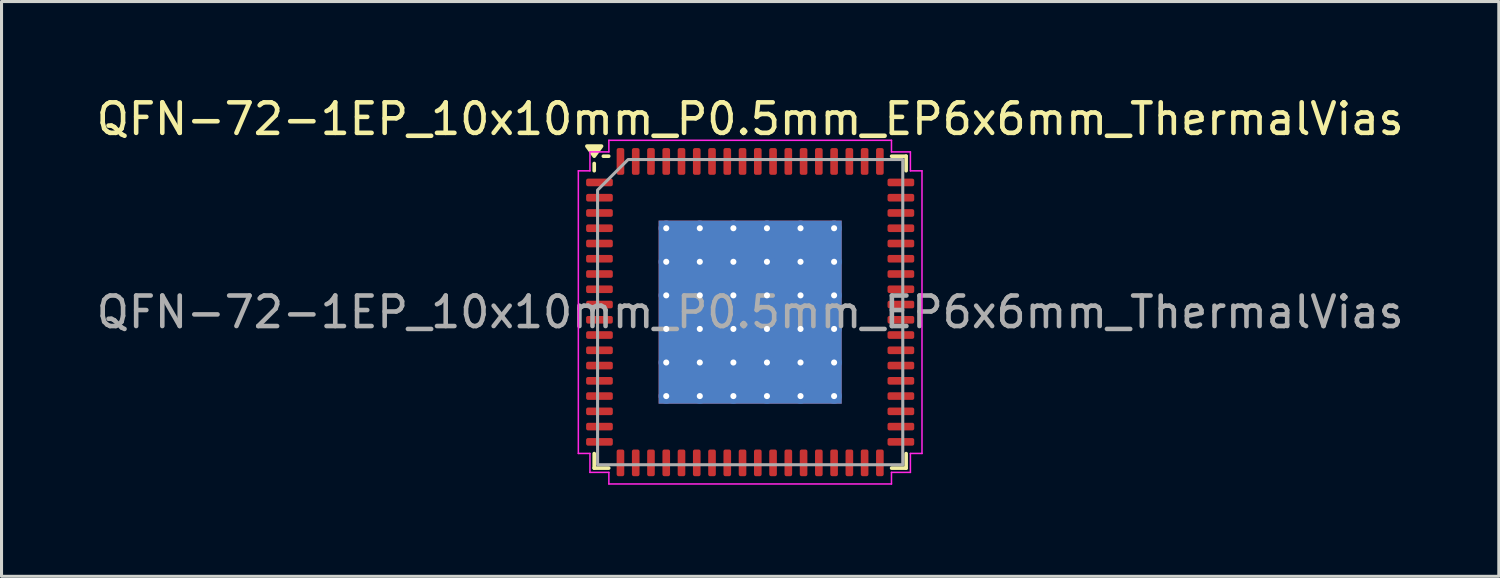
<source format=kicad_pcb>
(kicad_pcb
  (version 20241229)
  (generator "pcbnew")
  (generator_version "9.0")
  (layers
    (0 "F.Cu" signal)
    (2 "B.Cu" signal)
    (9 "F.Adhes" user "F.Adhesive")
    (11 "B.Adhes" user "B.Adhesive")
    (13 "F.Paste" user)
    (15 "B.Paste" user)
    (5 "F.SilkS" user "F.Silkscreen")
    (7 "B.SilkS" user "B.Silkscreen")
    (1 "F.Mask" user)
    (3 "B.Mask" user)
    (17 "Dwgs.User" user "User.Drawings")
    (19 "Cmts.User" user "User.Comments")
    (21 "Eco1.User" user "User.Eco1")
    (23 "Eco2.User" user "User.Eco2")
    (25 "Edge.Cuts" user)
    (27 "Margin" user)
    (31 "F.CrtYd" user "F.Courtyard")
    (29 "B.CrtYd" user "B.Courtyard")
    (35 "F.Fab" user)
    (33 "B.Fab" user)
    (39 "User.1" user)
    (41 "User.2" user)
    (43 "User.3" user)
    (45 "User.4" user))
  (footprint "QFN-72-1EP_10x10mm_P0.5mm_EP6x6mm_ThermalVias"
    (layer "F.Cu")
    (at 21.53 7.178)
    (property "Reference" "QFN-72-1EP_10x10mm_P0.5mm_EP6x6mm_ThermalVias" (at 0 -6.33 0) (layer "F.SilkS") (effects (font (size 1 1) (thickness 0.15))))
    (attr smd)
    (fp_line (start -5.11 -4.635) (end -5.11 -4.87) (stroke (width 0.12) (type solid)) (layer "F.SilkS"))
    (fp_line (start -5.11 5.11) (end -5.11 4.635) (stroke (width 0.12) (type solid)) (layer "F.SilkS"))
    (fp_line (start -4.635 -5.11) (end -4.81 -5.11) (stroke (width 0.12) (type solid)) (layer "F.SilkS"))
    (fp_line (start -4.635 5.11) (end -5.11 5.11) (stroke (width 0.12) (type solid)) (layer "F.SilkS"))
    (fp_line (start 4.635 -5.11) (end 5.11 -5.11) (stroke (width 0.12) (type solid)) (layer "F.SilkS"))
    (fp_line (start 4.635 5.11) (end 5.11 5.11) (stroke (width 0.12) (type solid)) (layer "F.SilkS"))
    (fp_line (start 5.11 -5.11) (end 5.11 -4.635) (stroke (width 0.12) (type solid)) (layer "F.SilkS"))
    (fp_line (start 5.11 5.11) (end 5.11 4.635) (stroke (width 0.12) (type solid)) (layer "F.SilkS"))
    (fp_poly (pts (xy -5.11 -5.11) (xy -5.35 -5.44) (xy -4.87 -5.44)) (stroke (width 0.12) (type solid)) (fill yes) (layer "F.SilkS"))
    (fp_line (start -5.63 -4.63) (end -5.25 -4.63) (stroke (width 0.05) (type solid)) (layer "F.CrtYd"))
    (fp_line (start -5.63 4.63) (end -5.63 -4.63) (stroke (width 0.05) (type solid)) (layer "F.CrtYd"))
    (fp_line (start -5.25 -5.25) (end -4.63 -5.25) (stroke (width 0.05) (type solid)) (layer "F.CrtYd"))
    (fp_line (start -5.25 -4.63) (end -5.25 -5.25) (stroke (width 0.05) (type solid)) (layer "F.CrtYd"))
    (fp_line (start -5.25 4.63) (end -5.63 4.63) (stroke (width 0.05) (type solid)) (layer "F.CrtYd"))
    (fp_line (start -5.25 5.25) (end -5.25 4.63) (stroke (width 0.05) (type solid)) (layer "F.CrtYd"))
    (fp_line (start -4.63 -5.63) (end 4.63 -5.63) (stroke (width 0.05) (type solid)) (layer "F.CrtYd"))
    (fp_line (start -4.63 -5.25) (end -4.63 -5.63) (stroke (width 0.05) (type solid)) (layer "F.CrtYd"))
    (fp_line (start -4.63 5.25) (end -5.25 5.25) (stroke (width 0.05) (type solid)) (layer "F.CrtYd"))
    (fp_line (start -4.63 5.63) (end -4.63 5.25) (stroke (width 0.05) (type solid)) (layer "F.CrtYd"))
    (fp_line (start 4.63 -5.63) (end 4.63 -5.25) (stroke (width 0.05) (type solid)) (layer "F.CrtYd"))
    (fp_line (start 4.63 -5.25) (end 5.25 -5.25) (stroke (width 0.05) (type solid)) (layer "F.CrtYd"))
    (fp_line (start 4.63 5.25) (end 4.63 5.63) (stroke (width 0.05) (type solid)) (layer "F.CrtYd"))
    (fp_line (start 4.63 5.63) (end -4.63 5.63) (stroke (width 0.05) (type solid)) (layer "F.CrtYd"))
    (fp_line (start 5.25 -5.25) (end 5.25 -4.63) (stroke (width 0.05) (type solid)) (layer "F.CrtYd"))
    (fp_line (start 5.25 -4.63) (end 5.63 -4.63) (stroke (width 0.05) (type solid)) (layer "F.CrtYd"))
    (fp_line (start 5.25 4.63) (end 5.25 5.25) (stroke (width 0.05) (type solid)) (layer "F.CrtYd"))
    (fp_line (start 5.25 5.25) (end 4.63 5.25) (stroke (width 0.05) (type solid)) (layer "F.CrtYd"))
    (fp_line (start 5.63 -4.63) (end 5.63 4.63) (stroke (width 0.05) (type solid)) (layer "F.CrtYd"))
    (fp_line (start 5.63 4.63) (end 5.25 4.63) (stroke (width 0.05) (type solid)) (layer "F.CrtYd"))
    (fp_poly (pts (xy -5 -4) (xy -5 5) (xy 5 5) (xy 5 -5) (xy -4 -5)) (stroke (width 0.1) (type solid)) (fill no) (layer "F.Fab"))
    (fp_text user "${REFERENCE}" (at 0 0 0) (layer "F.Fab") (effects (font (size 1 1) (thickness 0.15))))
    (pad "" smd roundrect (at -2.4 -2.4) (size 0.93 0.93) (layers "F.Paste") (roundrect_rratio 0.25))
    (pad "" smd roundrect (at -2.4 -1.2) (size 0.93 0.93) (layers "F.Paste") (roundrect_rratio 0.25))
    (pad "" smd roundrect (at -2.4 0) (size 0.93 0.93) (layers "F.Paste") (roundrect_rratio 0.25))
    (pad "" smd roundrect (at -2.4 1.2) (size 0.93 0.93) (layers "F.Paste") (roundrect_rratio 0.25))
    (pad "" smd roundrect (at -2.4 2.4) (size 0.93 0.93) (layers "F.Paste") (roundrect_rratio 0.25))
    (pad "" smd roundrect (at -1.2 -2.4) (size 0.93 0.93) (layers "F.Paste") (roundrect_rratio 0.25))
    (pad "" smd roundrect (at -1.2 -1.2) (size 0.93 0.93) (layers "F.Paste") (roundrect_rratio 0.25))
    (pad "" smd roundrect (at -1.2 0) (size 0.93 0.93) (layers "F.Paste") (roundrect_rratio 0.25))
    (pad "" smd roundrect (at -1.2 1.2) (size 0.93 0.93) (layers "F.Paste") (roundrect_rratio 0.25))
    (pad "" smd roundrect (at -1.2 2.4) (size 0.93 0.93) (layers "F.Paste") (roundrect_rratio 0.25))
    (pad "" smd roundrect (at 0 -2.4) (size 0.93 0.93) (layers "F.Paste") (roundrect_rratio 0.25))
    (pad "" smd roundrect (at 0 -1.2) (size 0.93 0.93) (layers "F.Paste") (roundrect_rratio 0.25))
    (pad "" smd roundrect (at 0 0) (size 0.93 0.93) (layers "F.Paste") (roundrect_rratio 0.25))
    (pad "" smd roundrect (at 0 1.2) (size 0.93 0.93) (layers "F.Paste") (roundrect_rratio 0.25))
    (pad "" smd roundrect (at 0 2.4) (size 0.93 0.93) (layers "F.Paste") (roundrect_rratio 0.25))
    (pad "" smd roundrect (at 1.2 -2.4) (size 0.93 0.93) (layers "F.Paste") (roundrect_rratio 0.25))
    (pad "" smd roundrect (at 1.2 -1.2) (size 0.93 0.93) (layers "F.Paste") (roundrect_rratio 0.25))
    (pad "" smd roundrect (at 1.2 0) (size 0.93 0.93) (layers "F.Paste") (roundrect_rratio 0.25))
    (pad "" smd roundrect (at 1.2 1.2) (size 0.93 0.93) (layers "F.Paste") (roundrect_rratio 0.25))
    (pad "" smd roundrect (at 1.2 2.4) (size 0.93 0.93) (layers "F.Paste") (roundrect_rratio 0.25))
    (pad "" smd roundrect (at 2.4 -2.4) (size 0.93 0.93) (layers "F.Paste") (roundrect_rratio 0.25))
    (pad "" smd roundrect (at 2.4 -1.2) (size 0.93 0.93) (layers "F.Paste") (roundrect_rratio 0.25))
    (pad "" smd roundrect (at 2.4 0) (size 0.93 0.93) (layers "F.Paste") (roundrect_rratio 0.25))
    (pad "" smd roundrect (at 2.4 1.2) (size 0.93 0.93) (layers "F.Paste") (roundrect_rratio 0.25))
    (pad "" smd roundrect (at 2.4 2.4) (size 0.93 0.93) (layers "F.Paste") (roundrect_rratio 0.25))
    (pad "1" smd roundrect (at -4.938 -4.25) (size 0.875 0.25) (layers "F.Cu" "F.Mask" "F.Paste") (roundrect_rratio 0.25))
    (pad "2" smd roundrect (at -4.938 -3.75) (size 0.875 0.25) (layers "F.Cu" "F.Mask" "F.Paste") (roundrect_rratio 0.25))
    (pad "3" smd roundrect (at -4.938 -3.25) (size 0.875 0.25) (layers "F.Cu" "F.Mask" "F.Paste") (roundrect_rratio 0.25))
    (pad "4" smd roundrect (at -4.938 -2.75) (size 0.875 0.25) (layers "F.Cu" "F.Mask" "F.Paste") (roundrect_rratio 0.25))
    (pad "5" smd roundrect (at -4.938 -2.25) (size 0.875 0.25) (layers "F.Cu" "F.Mask" "F.Paste") (roundrect_rratio 0.25))
    (pad "6" smd roundrect (at -4.938 -1.75) (size 0.875 0.25) (layers "F.Cu" "F.Mask" "F.Paste") (roundrect_rratio 0.25))
    (pad "7" smd roundrect (at -4.938 -1.25) (size 0.875 0.25) (layers "F.Cu" "F.Mask" "F.Paste") (roundrect_rratio 0.25))
    (pad "8" smd roundrect (at -4.938 -0.75) (size 0.875 0.25) (layers "F.Cu" "F.Mask" "F.Paste") (roundrect_rratio 0.25))
    (pad "9" smd roundrect (at -4.938 -0.25) (size 0.875 0.25) (layers "F.Cu" "F.Mask" "F.Paste") (roundrect_rratio 0.25))
    (pad "10" smd roundrect (at -4.938 0.25) (size 0.875 0.25) (layers "F.Cu" "F.Mask" "F.Paste") (roundrect_rratio 0.25))
    (pad "11" smd roundrect (at -4.938 0.75) (size 0.875 0.25) (layers "F.Cu" "F.Mask" "F.Paste") (roundrect_rratio 0.25))
    (pad "12" smd roundrect (at -4.938 1.25) (size 0.875 0.25) (layers "F.Cu" "F.Mask" "F.Paste") (roundrect_rratio 0.25))
    (pad "13" smd roundrect (at -4.938 1.75) (size 0.875 0.25) (layers "F.Cu" "F.Mask" "F.Paste") (roundrect_rratio 0.25))
    (pad "14" smd roundrect (at -4.938 2.25) (size 0.875 0.25) (layers "F.Cu" "F.Mask" "F.Paste") (roundrect_rratio 0.25))
    (pad "15" smd roundrect (at -4.938 2.75) (size 0.875 0.25) (layers "F.Cu" "F.Mask" "F.Paste") (roundrect_rratio 0.25))
    (pad "16" smd roundrect (at -4.938 3.25) (size 0.875 0.25) (layers "F.Cu" "F.Mask" "F.Paste") (roundrect_rratio 0.25))
    (pad "17" smd roundrect (at -4.938 3.75) (size 0.875 0.25) (layers "F.Cu" "F.Mask" "F.Paste") (roundrect_rratio 0.25))
    (pad "18" smd roundrect (at -4.938 4.25) (size 0.875 0.25) (layers "F.Cu" "F.Mask" "F.Paste") (roundrect_rratio 0.25))
    (pad "19" smd roundrect (at -4.25 4.938) (size 0.25 0.875) (layers "F.Cu" "F.Mask" "F.Paste") (roundrect_rratio 0.25))
    (pad "20" smd roundrect (at -3.75 4.938) (size 0.25 0.875) (layers "F.Cu" "F.Mask" "F.Paste") (roundrect_rratio 0.25))
    (pad "21" smd roundrect (at -3.25 4.938) (size 0.25 0.875) (layers "F.Cu" "F.Mask" "F.Paste") (roundrect_rratio 0.25))
    (pad "22" smd roundrect (at -2.75 4.938) (size 0.25 0.875) (layers "F.Cu" "F.Mask" "F.Paste") (roundrect_rratio 0.25))
    (pad "23" smd roundrect (at -2.25 4.938) (size 0.25 0.875) (layers "F.Cu" "F.Mask" "F.Paste") (roundrect_rratio 0.25))
    (pad "24" smd roundrect (at -1.75 4.938) (size 0.25 0.875) (layers "F.Cu" "F.Mask" "F.Paste") (roundrect_rratio 0.25))
    (pad "25" smd roundrect (at -1.25 4.938) (size 0.25 0.875) (layers "F.Cu" "F.Mask" "F.Paste") (roundrect_rratio 0.25))
    (pad "26" smd roundrect (at -0.75 4.938) (size 0.25 0.875) (layers "F.Cu" "F.Mask" "F.Paste") (roundrect_rratio 0.25))
    (pad "27" smd roundrect (at -0.25 4.938) (size 0.25 0.875) (layers "F.Cu" "F.Mask" "F.Paste") (roundrect_rratio 0.25))
    (pad "28" smd roundrect (at 0.25 4.938) (size 0.25 0.875) (layers "F.Cu" "F.Mask" "F.Paste") (roundrect_rratio 0.25))
    (pad "29" smd roundrect (at 0.75 4.938) (size 0.25 0.875) (layers "F.Cu" "F.Mask" "F.Paste") (roundrect_rratio 0.25))
    (pad "30" smd roundrect (at 1.25 4.938) (size 0.25 0.875) (layers "F.Cu" "F.Mask" "F.Paste") (roundrect_rratio 0.25))
    (pad "31" smd roundrect (at 1.75 4.938) (size 0.25 0.875) (layers "F.Cu" "F.Mask" "F.Paste") (roundrect_rratio 0.25))
    (pad "32" smd roundrect (at 2.25 4.938) (size 0.25 0.875) (layers "F.Cu" "F.Mask" "F.Paste") (roundrect_rratio 0.25))
    (pad "33" smd roundrect (at 2.75 4.938) (size 0.25 0.875) (layers "F.Cu" "F.Mask" "F.Paste") (roundrect_rratio 0.25))
    (pad "34" smd roundrect (at 3.25 4.938) (size 0.25 0.875) (layers "F.Cu" "F.Mask" "F.Paste") (roundrect_rratio 0.25))
    (pad "35" smd roundrect (at 3.75 4.938) (size 0.25 0.875) (layers "F.Cu" "F.Mask" "F.Paste") (roundrect_rratio 0.25))
    (pad "36" smd roundrect (at 4.25 4.938) (size 0.25 0.875) (layers "F.Cu" "F.Mask" "F.Paste") (roundrect_rratio 0.25))
    (pad "37" smd roundrect (at 4.938 4.25) (size 0.875 0.25) (layers "F.Cu" "F.Mask" "F.Paste") (roundrect_rratio 0.25))
    (pad "38" smd roundrect (at 4.938 3.75) (size 0.875 0.25) (layers "F.Cu" "F.Mask" "F.Paste") (roundrect_rratio 0.25))
    (pad "39" smd roundrect (at 4.938 3.25) (size 0.875 0.25) (layers "F.Cu" "F.Mask" "F.Paste") (roundrect_rratio 0.25))
    (pad "40" smd roundrect (at 4.938 2.75) (size 0.875 0.25) (layers "F.Cu" "F.Mask" "F.Paste") (roundrect_rratio 0.25))
    (pad "41" smd roundrect (at 4.938 2.25) (size 0.875 0.25) (layers "F.Cu" "F.Mask" "F.Paste") (roundrect_rratio 0.25))
    (pad "42" smd roundrect (at 4.938 1.75) (size 0.875 0.25) (layers "F.Cu" "F.Mask" "F.Paste") (roundrect_rratio 0.25))
    (pad "43" smd roundrect (at 4.938 1.25) (size 0.875 0.25) (layers "F.Cu" "F.Mask" "F.Paste") (roundrect_rratio 0.25))
    (pad "44" smd roundrect (at 4.938 0.75) (size 0.875 0.25) (layers "F.Cu" "F.Mask" "F.Paste") (roundrect_rratio 0.25))
    (pad "45" smd roundrect (at 4.938 0.25) (size 0.875 0.25) (layers "F.Cu" "F.Mask" "F.Paste") (roundrect_rratio 0.25))
    (pad "46" smd roundrect (at 4.938 -0.25) (size 0.875 0.25) (layers "F.Cu" "F.Mask" "F.Paste") (roundrect_rratio 0.25))
    (pad "47" smd roundrect (at 4.938 -0.75) (size 0.875 0.25) (layers "F.Cu" "F.Mask" "F.Paste") (roundrect_rratio 0.25))
    (pad "48" smd roundrect (at 4.938 -1.25) (size 0.875 0.25) (layers "F.Cu" "F.Mask" "F.Paste") (roundrect_rratio 0.25))
    (pad "49" smd roundrect (at 4.938 -1.75) (size 0.875 0.25) (layers "F.Cu" "F.Mask" "F.Paste") (roundrect_rratio 0.25))
    (pad "50" smd roundrect (at 4.938 -2.25) (size 0.875 0.25) (layers "F.Cu" "F.Mask" "F.Paste") (roundrect_rratio 0.25))
    (pad "51" smd roundrect (at 4.938 -2.75) (size 0.875 0.25) (layers "F.Cu" "F.Mask" "F.Paste") (roundrect_rratio 0.25))
    (pad "52" smd roundrect (at 4.938 -3.25) (size 0.875 0.25) (layers "F.Cu" "F.Mask" "F.Paste") (roundrect_rratio 0.25))
    (pad "53" smd roundrect (at 4.938 -3.75) (size 0.875 0.25) (layers "F.Cu" "F.Mask" "F.Paste") (roundrect_rratio 0.25))
    (pad "54" smd roundrect (at 4.938 -4.25) (size 0.875 0.25) (layers "F.Cu" "F.Mask" "F.Paste") (roundrect_rratio 0.25))
    (pad "55" smd roundrect (at 4.25 -4.938) (size 0.25 0.875) (layers "F.Cu" "F.Mask" "F.Paste") (roundrect_rratio 0.25))
    (pad "56" smd roundrect (at 3.75 -4.938) (size 0.25 0.875) (layers "F.Cu" "F.Mask" "F.Paste") (roundrect_rratio 0.25))
    (pad "57" smd roundrect (at 3.25 -4.938) (size 0.25 0.875) (layers "F.Cu" "F.Mask" "F.Paste") (roundrect_rratio 0.25))
    (pad "58" smd roundrect (at 2.75 -4.938) (size 0.25 0.875) (layers "F.Cu" "F.Mask" "F.Paste") (roundrect_rratio 0.25))
    (pad "59" smd roundrect (at 2.25 -4.938) (size 0.25 0.875) (layers "F.Cu" "F.Mask" "F.Paste") (roundrect_rratio 0.25))
    (pad "60" smd roundrect (at 1.75 -4.938) (size 0.25 0.875) (layers "F.Cu" "F.Mask" "F.Paste") (roundrect_rratio 0.25))
    (pad "61" smd roundrect (at 1.25 -4.938) (size 0.25 0.875) (layers "F.Cu" "F.Mask" "F.Paste") (roundrect_rratio 0.25))
    (pad "62" smd roundrect (at 0.75 -4.938) (size 0.25 0.875) (layers "F.Cu" "F.Mask" "F.Paste") (roundrect_rratio 0.25))
    (pad "63" smd roundrect (at 0.25 -4.938) (size 0.25 0.875) (layers "F.Cu" "F.Mask" "F.Paste") (roundrect_rratio 0.25))
    (pad "64" smd roundrect (at -0.25 -4.938) (size 0.25 0.875) (layers "F.Cu" "F.Mask" "F.Paste") (roundrect_rratio 0.25))
    (pad "65" smd roundrect (at -0.75 -4.938) (size 0.25 0.875) (layers "F.Cu" "F.Mask" "F.Paste") (roundrect_rratio 0.25))
    (pad "66" smd roundrect (at -1.25 -4.938) (size 0.25 0.875) (layers "F.Cu" "F.Mask" "F.Paste") (roundrect_rratio 0.25))
    (pad "67" smd roundrect (at -1.75 -4.938) (size 0.25 0.875) (layers "F.Cu" "F.Mask" "F.Paste") (roundrect_rratio 0.25))
    (pad "68" smd roundrect (at -2.25 -4.938) (size 0.25 0.875) (layers "F.Cu" "F.Mask" "F.Paste") (roundrect_rratio 0.25))
    (pad "69" smd roundrect (at -2.75 -4.938) (size 0.25 0.875) (layers "F.Cu" "F.Mask" "F.Paste") (roundrect_rratio 0.25))
    (pad "70" smd roundrect (at -3.25 -4.938) (size 0.25 0.875) (layers "F.Cu" "F.Mask" "F.Paste") (roundrect_rratio 0.25))
    (pad "71" smd roundrect (at -3.75 -4.938) (size 0.25 0.875) (layers "F.Cu" "F.Mask" "F.Paste") (roundrect_rratio 0.25))
    (pad "72" smd roundrect (at -4.25 -4.938) (size 0.25 0.875) (layers "F.Cu" "F.Mask" "F.Paste") (roundrect_rratio 0.25))
    (pad "73" thru_hole circle (at -2.75 -2.75) (size 0.5 0.5) (drill 0.2) (property pad_prop_heatsink) (layers "*.Cu"))
    (pad "73" thru_hole circle (at -2.75 -1.65) (size 0.5 0.5) (drill 0.2) (property pad_prop_heatsink) (layers "*.Cu"))
    (pad "73" thru_hole circle (at -2.75 -0.55) (size 0.5 0.5) (drill 0.2) (property pad_prop_heatsink) (layers "*.Cu"))
    (pad "73" thru_hole circle (at -2.75 0.55) (size 0.5 0.5) (drill 0.2) (property pad_prop_heatsink) (layers "*.Cu"))
    (pad "73" thru_hole circle (at -2.75 1.65) (size 0.5 0.5) (drill 0.2) (property pad_prop_heatsink) (layers "*.Cu"))
    (pad "73" thru_hole circle (at -2.75 2.75) (size 0.5 0.5) (drill 0.2) (property pad_prop_heatsink) (layers "*.Cu"))
    (pad "73" thru_hole circle (at -1.65 -2.75) (size 0.5 0.5) (drill 0.2) (property pad_prop_heatsink) (layers "*.Cu"))
    (pad "73" thru_hole circle (at -1.65 -1.65) (size 0.5 0.5) (drill 0.2) (property pad_prop_heatsink) (layers "*.Cu"))
    (pad "73" thru_hole circle (at -1.65 -0.55) (size 0.5 0.5) (drill 0.2) (property pad_prop_heatsink) (layers "*.Cu"))
    (pad "73" thru_hole circle (at -1.65 0.55) (size 0.5 0.5) (drill 0.2) (property pad_prop_heatsink) (layers "*.Cu"))
    (pad "73" thru_hole circle (at -1.65 1.65) (size 0.5 0.5) (drill 0.2) (property pad_prop_heatsink) (layers "*.Cu"))
    (pad "73" thru_hole circle (at -1.65 2.75) (size 0.5 0.5) (drill 0.2) (property pad_prop_heatsink) (layers "*.Cu"))
    (pad "73" thru_hole circle (at -0.55 -2.75) (size 0.5 0.5) (drill 0.2) (property pad_prop_heatsink) (layers "*.Cu"))
    (pad "73" thru_hole circle (at -0.55 -1.65) (size 0.5 0.5) (drill 0.2) (property pad_prop_heatsink) (layers "*.Cu"))
    (pad "73" thru_hole circle (at -0.55 -0.55) (size 0.5 0.5) (drill 0.2) (property pad_prop_heatsink) (layers "*.Cu"))
    (pad "73" thru_hole circle (at -0.55 0.55) (size 0.5 0.5) (drill 0.2) (property pad_prop_heatsink) (layers "*.Cu"))
    (pad "73" thru_hole circle (at -0.55 1.65) (size 0.5 0.5) (drill 0.2) (property pad_prop_heatsink) (layers "*.Cu"))
    (pad "73" thru_hole circle (at -0.55 2.75) (size 0.5 0.5) (drill 0.2) (property pad_prop_heatsink) (layers "*.Cu"))
    (pad "73" smd rect (at 0 0) (size 6 6) (property pad_prop_heatsink) (layers "F.Cu" "F.Mask"))
    (pad "73" smd rect (at 0 0) (size 6 6) (property pad_prop_heatsink) (layers "B.Cu"))
    (pad "73" thru_hole circle (at 0.55 -2.75) (size 0.5 0.5) (drill 0.2) (property pad_prop_heatsink) (layers "*.Cu"))
    (pad "73" thru_hole circle (at 0.55 -1.65) (size 0.5 0.5) (drill 0.2) (property pad_prop_heatsink) (layers "*.Cu"))
    (pad "73" thru_hole circle (at 0.55 -0.55) (size 0.5 0.5) (drill 0.2) (property pad_prop_heatsink) (layers "*.Cu"))
    (pad "73" thru_hole circle (at 0.55 0.55) (size 0.5 0.5) (drill 0.2) (property pad_prop_heatsink) (layers "*.Cu"))
    (pad "73" thru_hole circle (at 0.55 1.65) (size 0.5 0.5) (drill 0.2) (property pad_prop_heatsink) (layers "*.Cu"))
    (pad "73" thru_hole circle (at 0.55 2.75) (size 0.5 0.5) (drill 0.2) (property pad_prop_heatsink) (layers "*.Cu"))
    (pad "73" thru_hole circle (at 1.65 -2.75) (size 0.5 0.5) (drill 0.2) (property pad_prop_heatsink) (layers "*.Cu"))
    (pad "73" thru_hole circle (at 1.65 -1.65) (size 0.5 0.5) (drill 0.2) (property pad_prop_heatsink) (layers "*.Cu"))
    (pad "73" thru_hole circle (at 1.65 -0.55) (size 0.5 0.5) (drill 0.2) (property pad_prop_heatsink) (layers "*.Cu"))
    (pad "73" thru_hole circle (at 1.65 0.55) (size 0.5 0.5) (drill 0.2) (property pad_prop_heatsink) (layers "*.Cu"))
    (pad "73" thru_hole circle (at 1.65 1.65) (size 0.5 0.5) (drill 0.2) (property pad_prop_heatsink) (layers "*.Cu"))
    (pad "73" thru_hole circle (at 1.65 2.75) (size 0.5 0.5) (drill 0.2) (property pad_prop_heatsink) (layers "*.Cu"))
    (pad "73" thru_hole circle (at 2.75 -2.75) (size 0.5 0.5) (drill 0.2) (property pad_prop_heatsink) (layers "*.Cu"))
    (pad "73" thru_hole circle (at 2.75 -1.65) (size 0.5 0.5) (drill 0.2) (property pad_prop_heatsink) (layers "*.Cu"))
    (pad "73" thru_hole circle (at 2.75 -0.55) (size 0.5 0.5) (drill 0.2) (property pad_prop_heatsink) (layers "*.Cu"))
    (pad "73" thru_hole circle (at 2.75 0.55) (size 0.5 0.5) (drill 0.2) (property pad_prop_heatsink) (layers "*.Cu"))
    (pad "73" thru_hole circle (at 2.75 1.65) (size 0.5 0.5) (drill 0.2) (property pad_prop_heatsink) (layers "*.Cu"))
    (pad "73" thru_hole circle (at 2.75 2.75) (size 0.5 0.5) (drill 0.2) (property pad_prop_heatsink) (layers "*.Cu")))
  (gr_rect
    (start -3 -3)
    (end 46.06 15.833)
    (stroke (width 0.1) (type default))
    (fill no)
    (layer "Edge.Cuts")))
</source>
